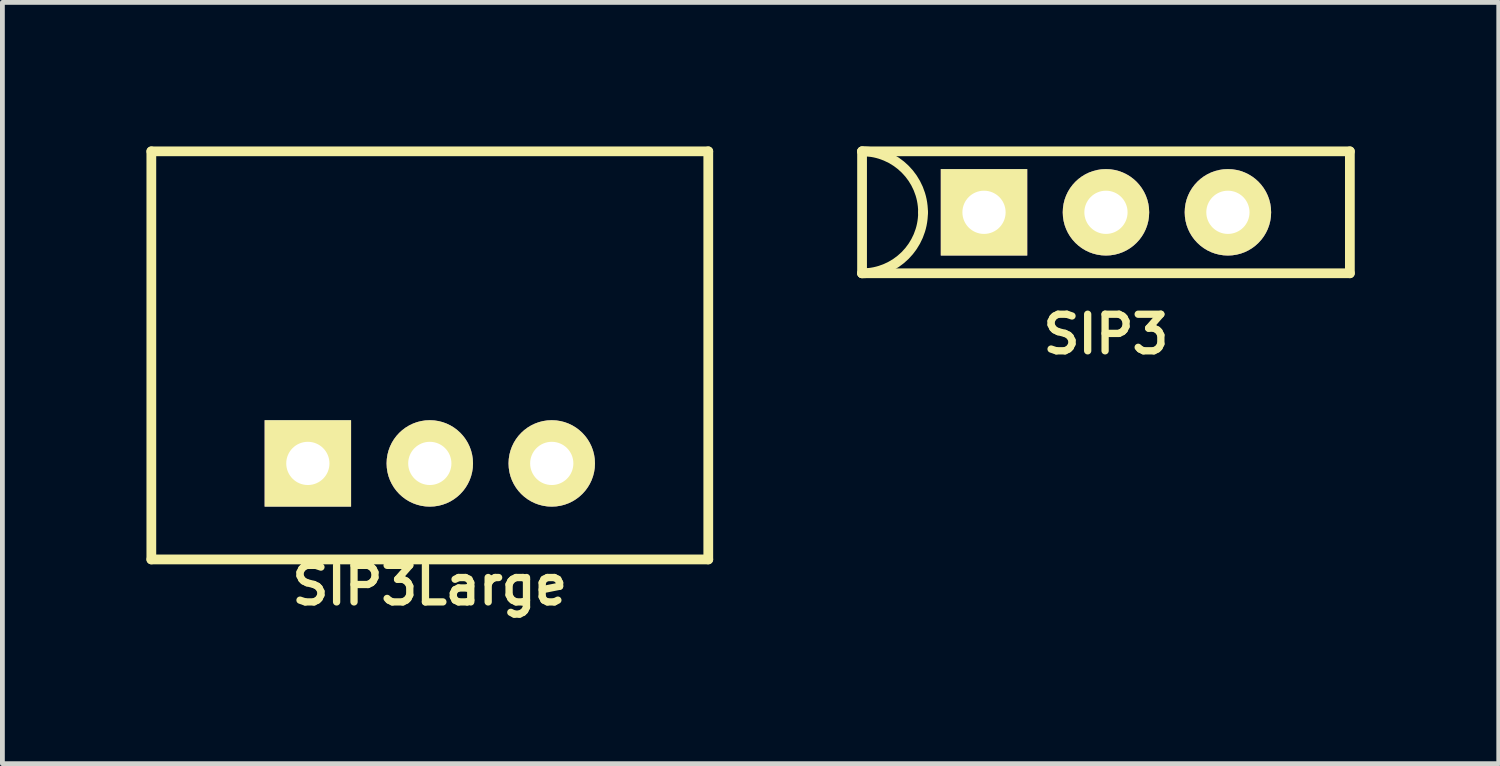
<source format=kicad_pcb>
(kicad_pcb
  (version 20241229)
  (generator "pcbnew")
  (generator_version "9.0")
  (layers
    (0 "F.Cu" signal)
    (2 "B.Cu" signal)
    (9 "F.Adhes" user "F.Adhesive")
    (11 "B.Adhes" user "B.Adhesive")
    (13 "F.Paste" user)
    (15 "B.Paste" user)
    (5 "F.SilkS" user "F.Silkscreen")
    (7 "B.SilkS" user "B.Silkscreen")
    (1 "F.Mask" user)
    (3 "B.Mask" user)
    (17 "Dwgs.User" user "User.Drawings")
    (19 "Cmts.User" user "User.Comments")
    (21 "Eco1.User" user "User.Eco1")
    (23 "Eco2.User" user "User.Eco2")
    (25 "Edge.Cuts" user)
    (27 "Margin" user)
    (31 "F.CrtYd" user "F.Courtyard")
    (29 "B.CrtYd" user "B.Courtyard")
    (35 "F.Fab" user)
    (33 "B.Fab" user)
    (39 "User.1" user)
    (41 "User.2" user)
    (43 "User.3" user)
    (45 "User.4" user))
  (footprint "SIP3"
    (layer "F.Cu")
    (at 19.985 1.372)
    (property "Reference" "SIP3" (at 0 2.54 0) (layer "F.SilkS") (effects (font (size 0.762 0.762) (thickness 0.152))))
    (attr through_hole)
    (fp_line (start -5.08 -1.27) (end -5.08 1.27) (stroke (width 0.203) (type solid)) (layer "F.SilkS"))
    (fp_line (start -5.08 -1.27) (end 5.08 -1.27) (stroke (width 0.203) (type solid)) (layer "F.SilkS"))
    (fp_line (start 5.08 -1.27) (end 5.08 1.27) (stroke (width 0.203) (type solid)) (layer "F.SilkS"))
    (fp_line (start 5.08 1.27) (end -5.08 1.27) (stroke (width 0.203) (type solid)) (layer "F.SilkS"))
    (fp_arc (start -5.08 -1.27) (mid -4.181974 -0.898026) (end -3.81 0) (stroke (width 0.2032) (type solid)) (layer "F.SilkS"))
    (fp_arc (start -3.81 0) (mid -4.181974 0.898026) (end -5.08 1.27) (stroke (width 0.2032) (type solid)) (layer "F.SilkS"))
    (pad "1" thru_hole rect (at -2.54 0) (size 1.8 1.8) (drill 0.9) (layers "*.Cu" "*.Mask" "F.SilkS"))
    (pad "2" thru_hole circle (at 0 0) (size 1.8 1.8) (drill 0.9) (layers "*.Cu" "*.Mask" "F.SilkS"))
    (pad "3" thru_hole circle (at 2.54 0) (size 1.8 1.8) (drill 0.9) (layers "*.Cu" "*.Mask" "F.SilkS")))
  (footprint "SIP3Large"
    (layer "F.Cu")
    (at 5.902 6.602)
    (property "Reference" "SIP3Large" (at 0 2.54 0) (layer "F.SilkS") (effects (font (size 0.762 0.762) (thickness 0.152))))
    (attr through_hole)
    (fp_line (start -5.8 -6.5) (end 5.8 -6.5) (stroke (width 0.203) (type solid)) (layer "F.SilkS"))
    (fp_line (start -5.8 2) (end -5.8 -6.5) (stroke (width 0.203) (type solid)) (layer "F.SilkS"))
    (fp_line (start 5.8 2) (end -5.8 2) (stroke (width 0.203) (type solid)) (layer "F.SilkS"))
    (fp_line (start 5.8 2) (end 5.8 -6.5) (stroke (width 0.203) (type solid)) (layer "F.SilkS"))
    (pad "1" thru_hole rect (at -2.54 0) (size 1.8 1.8) (drill 0.9) (layers "*.Cu" "*.Mask" "F.SilkS"))
    (pad "2" thru_hole circle (at 0 0) (size 1.8 1.8) (drill 0.9) (layers "*.Cu" "*.Mask" "F.SilkS"))
    (pad "3" thru_hole circle (at 2.54 0) (size 1.8 1.8) (drill 0.9) (layers "*.Cu" "*.Mask" "F.SilkS")))
  (gr_rect
    (start -3 -3)
    (end 28.166 12.855)
    (stroke (width 0.1) (type default))
    (fill no)
    (layer "Edge.Cuts")))
</source>
